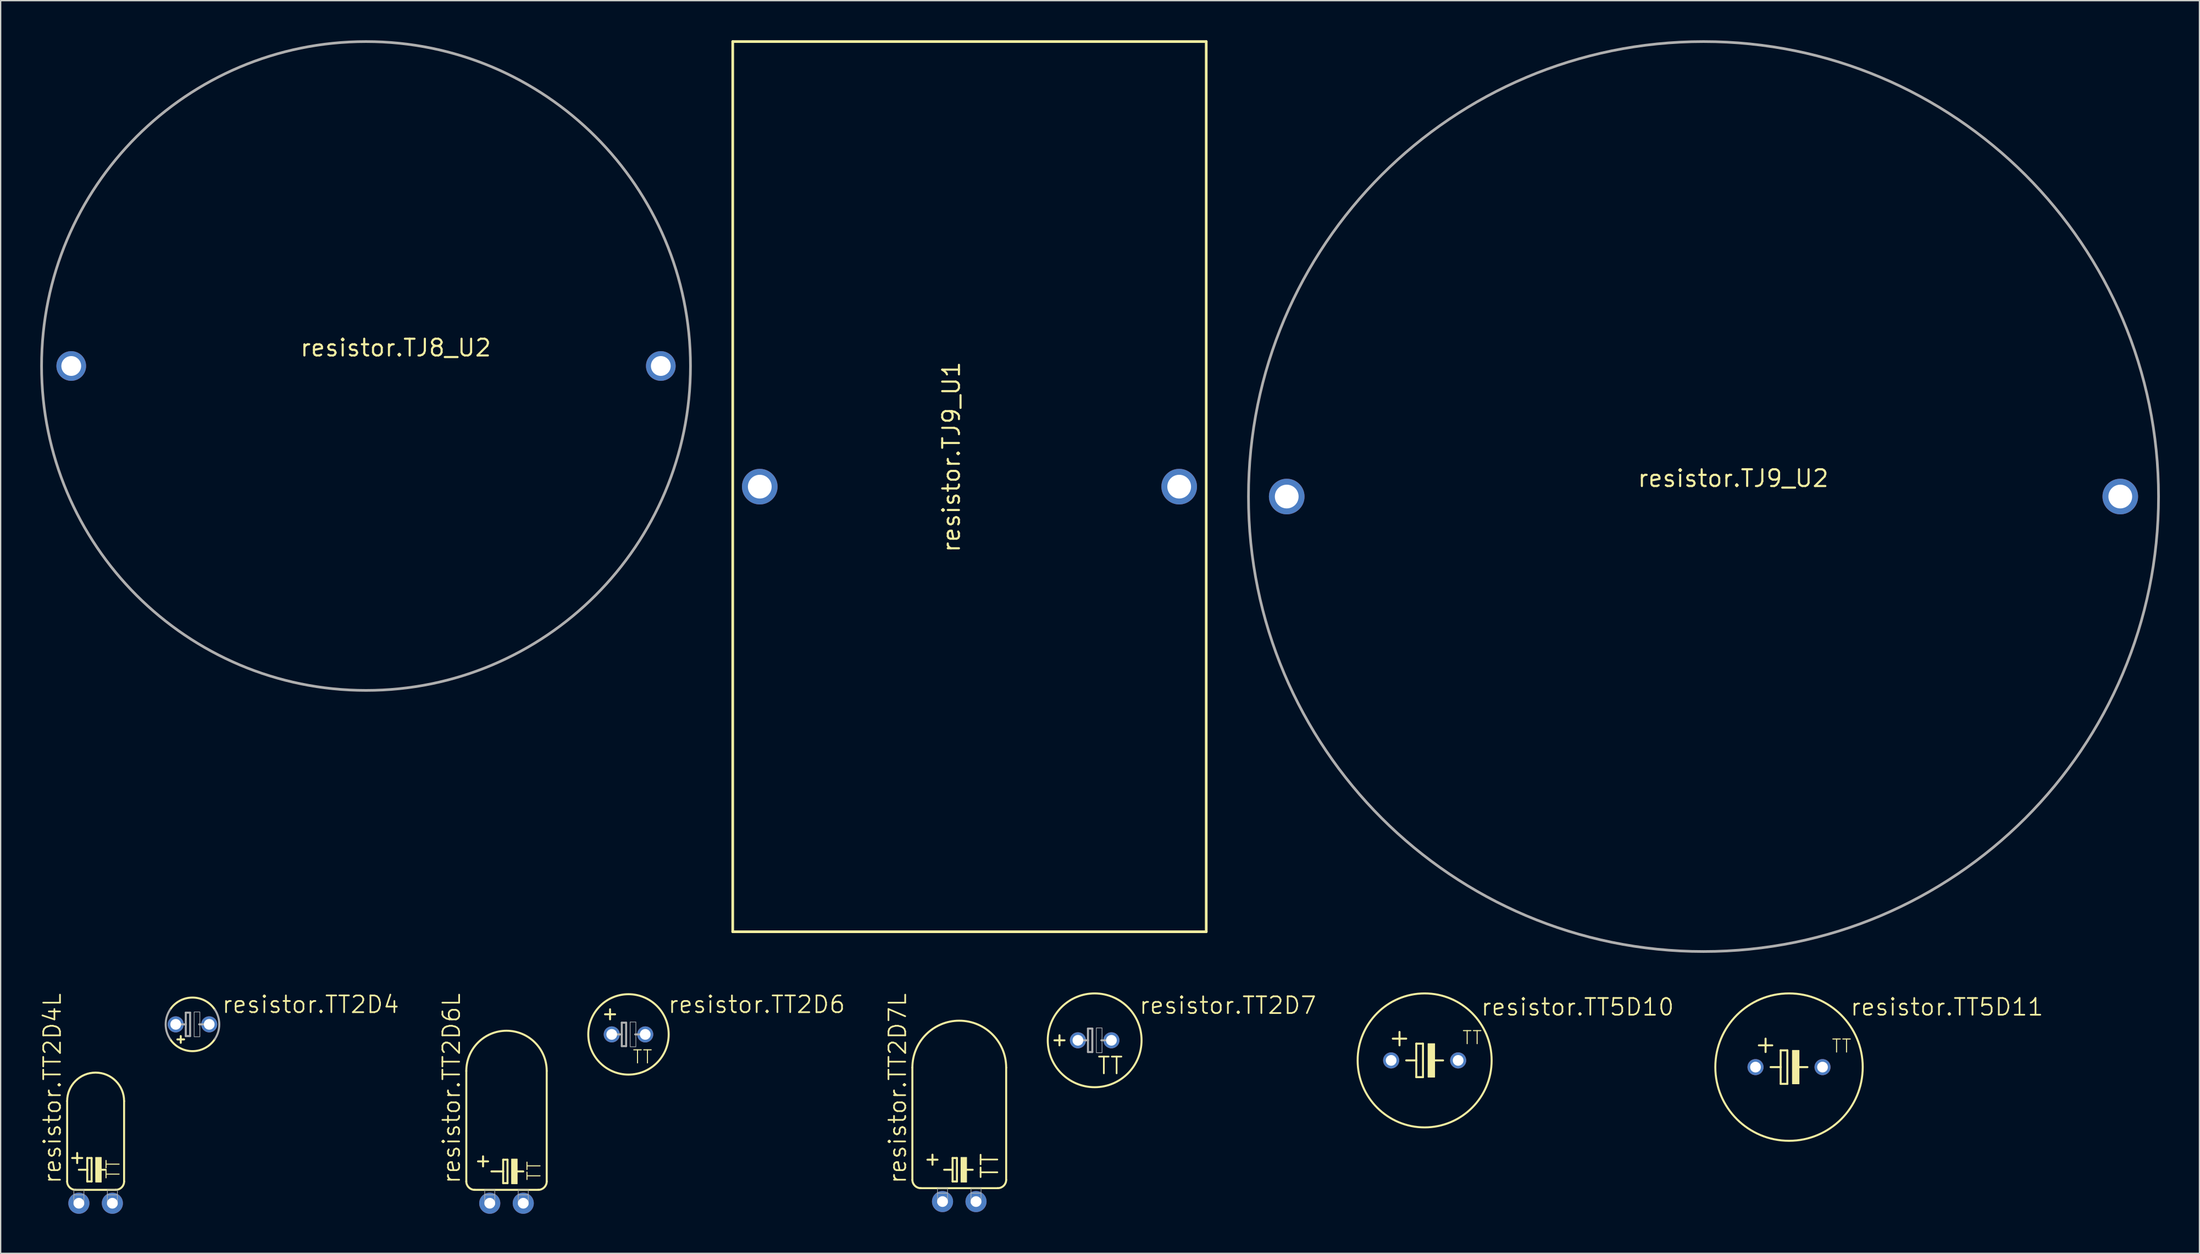
<source format=kicad_pcb>
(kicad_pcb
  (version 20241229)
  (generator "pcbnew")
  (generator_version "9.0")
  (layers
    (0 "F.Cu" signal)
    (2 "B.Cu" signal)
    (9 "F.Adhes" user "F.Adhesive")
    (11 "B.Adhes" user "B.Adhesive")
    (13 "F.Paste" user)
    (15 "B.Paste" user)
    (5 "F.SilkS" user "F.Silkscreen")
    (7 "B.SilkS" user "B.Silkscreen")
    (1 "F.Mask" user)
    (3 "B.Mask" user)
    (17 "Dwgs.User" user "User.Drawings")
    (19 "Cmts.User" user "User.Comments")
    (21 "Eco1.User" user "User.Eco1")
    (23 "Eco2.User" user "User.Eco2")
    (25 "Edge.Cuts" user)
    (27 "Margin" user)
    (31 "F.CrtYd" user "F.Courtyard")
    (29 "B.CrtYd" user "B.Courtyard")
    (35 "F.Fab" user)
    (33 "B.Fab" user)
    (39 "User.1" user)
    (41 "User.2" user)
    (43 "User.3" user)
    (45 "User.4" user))
  (footprint "resistor.TT5D10"
    (layer "F.Cu")
    (at 104.965 77.359)
    (property "Reference" "resistor.TT5D10" (at 4.191 -3.302 0) (layer "F.SilkS") (effects (font (size 1.27 1.27) (thickness 0.13)) (justify left bottom)))
    (attr through_hole)
    (fp_line (start -2.413 -1.651) (end -1.397 -1.651) (stroke (width 0.152) (type default)) (layer "F.SilkS"))
    (fp_line (start -1.905 -1.143) (end -1.905 -2.159) (stroke (width 0.152) (type default)) (layer "F.SilkS"))
    (fp_line (start -1.397 0) (end -0.635 0) (stroke (width 0.152) (type default)) (layer "F.SilkS"))
    (fp_line (start -0.635 -1.27) (end -0.635 0) (stroke (width 0.152) (type default)) (layer "F.SilkS"))
    (fp_line (start -0.635 0) (end -0.635 1.27) (stroke (width 0.152) (type default)) (layer "F.SilkS"))
    (fp_line (start -0.635 1.27) (end -0.127 1.27) (stroke (width 0.152) (type default)) (layer "F.SilkS"))
    (fp_line (start -0.127 -1.27) (end -0.635 -1.27) (stroke (width 0.152) (type default)) (layer "F.SilkS"))
    (fp_line (start -0.127 1.27) (end -0.127 -1.27) (stroke (width 0.152) (type default)) (layer "F.SilkS"))
    (fp_line (start 0.635 0) (end 1.397 0) (stroke (width 0.152) (type default)) (layer "F.SilkS"))
    (fp_rect (start 0.254 1.27) (end 0.762 -1.27) (stroke (width 0.05) (type default)) (fill yes) (layer "F.SilkS"))
    (fp_circle (center 0 0) (end 5.08 0) (stroke (width 0.152) (type default)) (fill no) (layer "F.SilkS"))
    (fp_text user "TT" (at 2.794 -1.143 0) (layer "F.SilkS") (effects (font (size 0.991 0.991) (thickness 0.08)) (justify left bottom)))
    (pad "+" thru_hole circle (at -2.54 0) (size 1.219 1.219) (drill 0.813) (layers "*.Cu" "*.Mask"))
    (pad "-" thru_hole circle (at 2.54 0) (size 1.219 1.219) (drill 0.813) (layers "*.Cu" "*.Mask")))
  (footprint "resistor.TJ8_U2"
    (layer "F.Cu")
    (at 24.702 24.702)
    (property "Reference" "resistor.TJ8_U2" (at -5.08 -0.635 0) (layer "F.SilkS") (effects (font (size 1.27 1.27) (thickness 0.16)) (justify left bottom)))
    (attr through_hole)
    (fp_circle (center 0 0) (end 24.6 0) (stroke (width 0.203) (type default)) (fill no) (layer "F.Fab"))
    (pad "1" thru_hole circle (at -22.35 0) (size 2.25 2.25) (drill 1.5) (layers "*.Cu" "*.Mask"))
    (pad "2" thru_hole circle (at 22.35 0) (size 2.25 2.25) (drill 1.5) (layers "*.Cu" "*.Mask")))
  (footprint "resistor.TT2D7L"
    (layer "F.Cu")
    (at 69.681 88.063)
    (property "Reference" "resistor.TT2D7L" (at -3.937 -1.27 90) (layer "F.SilkS") (effects (font (size 1.27 1.27) (thickness 0.13)) (justify left bottom)))
    (attr through_hole)
    (fp_line (start -3.556 -10.16) (end -3.556 -1.651) (stroke (width 0.152) (type default)) (layer "F.SilkS"))
    (fp_line (start -2.921 -1.016) (end 2.921 -1.016) (stroke (width 0.152) (type default)) (layer "F.SilkS"))
    (fp_line (start -2.413 -3.175) (end -1.651 -3.175) (stroke (width 0.152) (type default)) (layer "F.SilkS"))
    (fp_line (start -2.032 -2.794) (end -2.032 -3.556) (stroke (width 0.152) (type default)) (layer "F.SilkS"))
    (fp_line (start -1.143 -2.413) (end -0.508 -2.413) (stroke (width 0.152) (type default)) (layer "F.SilkS"))
    (fp_line (start -0.508 -3.302) (end -0.508 -2.413) (stroke (width 0.152) (type default)) (layer "F.SilkS"))
    (fp_line (start -0.508 -2.413) (end -0.508 -1.524) (stroke (width 0.152) (type default)) (layer "F.SilkS"))
    (fp_line (start -0.508 -1.524) (end -0.178 -1.524) (stroke (width 0.152) (type default)) (layer "F.SilkS"))
    (fp_line (start -0.178 -3.302) (end -0.508 -3.302) (stroke (width 0.152) (type default)) (layer "F.SilkS"))
    (fp_line (start -0.178 -1.524) (end -0.178 -3.302) (stroke (width 0.152) (type default)) (layer "F.SilkS"))
    (fp_line (start 0.508 -2.413) (end 1.016 -2.413) (stroke (width 0.152) (type default)) (layer "F.SilkS"))
    (fp_line (start 3.556 -10.16) (end 3.556 -1.651) (stroke (width 0.152) (type default)) (layer "F.SilkS"))
    (fp_rect (start 0.127 -1.473) (end 0.559 -3.353) (stroke (width 0.05) (type default)) (fill yes) (layer "F.SilkS"))
    (fp_arc (start -3.556 -10.16) (mid 0 -13.716) (end 3.556 -10.16) (stroke (width 0.1524) (type default)) (layer "F.SilkS"))
    (fp_arc (start -2.921 -1.016) (mid -3.370013 -1.201987) (end -3.556 -1.651) (stroke (width 0.1524) (type default)) (layer "F.SilkS"))
    (fp_arc (start 3.556 -1.651) (mid 3.370013 -1.201987) (end 2.921 -1.016) (stroke (width 0.1524) (type default)) (layer "F.SilkS"))
    (fp_rect (start -1.651 -0.635) (end -0.889 -1.016) (stroke (width 0.05) (type default)) (fill no) (layer "F.Fab"))
    (fp_rect (start -1.651 0.127) (end -0.889 -0.635) (stroke (width 0.05) (type default)) (fill no) (layer "F.Fab"))
    (fp_rect (start 0.889 -0.635) (end 1.651 -1.016) (stroke (width 0.05) (type default)) (fill no) (layer "F.Fab"))
    (fp_rect (start 0.889 0.127) (end 1.651 -0.635) (stroke (width 0.05) (type default)) (fill no) (layer "F.Fab"))
    (fp_text user "TT" (at 3.048 -1.651 90) (layer "F.SilkS") (effects (font (size 1.27 1.27) (thickness 0.13)) (justify left bottom)))
    (pad "+" thru_hole circle (at -1.27 0) (size 1.6 1.6) (drill 0.813) (layers "*.Cu" "*.Mask"))
    (pad "-" thru_hole circle (at 1.27 0) (size 1.6 1.6) (drill 0.813) (layers "*.Cu" "*.Mask")))
  (footprint "resistor.TT2D6L"
    (layer "F.Cu")
    (at 35.353 88.19)
    (property "Reference" "resistor.TT2D6L" (at -3.429 -1.397 90) (layer "F.SilkS") (effects (font (size 1.27 1.27) (thickness 0.13)) (justify left bottom)))
    (attr through_hole)
    (fp_line (start -3.048 -10.033) (end -3.048 -1.651) (stroke (width 0.152) (type default)) (layer "F.SilkS"))
    (fp_line (start -2.413 -1.016) (end 2.413 -1.016) (stroke (width 0.152) (type default)) (layer "F.SilkS"))
    (fp_line (start -2.159 -3.175) (end -1.397 -3.175) (stroke (width 0.152) (type default)) (layer "F.SilkS"))
    (fp_line (start -1.778 -2.794) (end -1.778 -3.556) (stroke (width 0.152) (type default)) (layer "F.SilkS"))
    (fp_line (start -1.143 -2.413) (end -0.254 -2.413) (stroke (width 0.152) (type default)) (layer "F.SilkS"))
    (fp_line (start -0.254 -3.302) (end -0.254 -2.413) (stroke (width 0.152) (type default)) (layer "F.SilkS"))
    (fp_line (start -0.254 -2.413) (end -0.254 -1.524) (stroke (width 0.152) (type default)) (layer "F.SilkS"))
    (fp_line (start -0.254 -1.524) (end 0.076 -1.524) (stroke (width 0.152) (type default)) (layer "F.SilkS"))
    (fp_line (start 0.076 -3.302) (end -0.254 -3.302) (stroke (width 0.152) (type default)) (layer "F.SilkS"))
    (fp_line (start 0.076 -1.524) (end 0.076 -3.302) (stroke (width 0.152) (type default)) (layer "F.SilkS"))
    (fp_line (start 0.762 -2.413) (end 1.27 -2.413) (stroke (width 0.152) (type default)) (layer "F.SilkS"))
    (fp_line (start 3.048 -10.033) (end 3.048 -1.651) (stroke (width 0.152) (type default)) (layer "F.SilkS"))
    (fp_rect (start 0.381 -1.473) (end 0.813 -3.353) (stroke (width 0.05) (type default)) (fill yes) (layer "F.SilkS"))
    (fp_arc (start -3.048 -10.033) (mid 0 -13.081) (end 3.048 -10.033) (stroke (width 0.1524) (type default)) (layer "F.SilkS"))
    (fp_arc (start -2.413 -1.016) (mid -2.862013 -1.201987) (end -3.048 -1.651) (stroke (width 0.1524) (type default)) (layer "F.SilkS"))
    (fp_arc (start 3.048 -1.651) (mid 2.862013 -1.201987) (end 2.413 -1.016) (stroke (width 0.1524) (type default)) (layer "F.SilkS"))
    (fp_rect (start -1.651 -0.635) (end -0.889 -1.016) (stroke (width 0.05) (type default)) (fill no) (layer "F.Fab"))
    (fp_rect (start -1.651 0.127) (end -0.889 -0.635) (stroke (width 0.05) (type default)) (fill no) (layer "F.Fab"))
    (fp_rect (start 0.889 -0.635) (end 1.651 -1.016) (stroke (width 0.05) (type default)) (fill no) (layer "F.Fab"))
    (fp_rect (start 0.889 0.127) (end 1.651 -0.635) (stroke (width 0.05) (type default)) (fill no) (layer "F.Fab"))
    (fp_text user "TT" (at 2.667 -1.651 90) (layer "F.SilkS") (effects (font (size 0.991 0.991) (thickness 0.08)) (justify left bottom)))
    (pad "+" thru_hole circle (at -1.27 0) (size 1.6 1.6) (drill 0.813) (layers "*.Cu" "*.Mask"))
    (pad "-" thru_hole circle (at 1.27 0) (size 1.6 1.6) (drill 0.813) (layers "*.Cu" "*.Mask")))
  (footprint "resistor.TT2D4"
    (layer "F.Cu")
    (at 11.543 74.625)
    (property "Reference" "resistor.TT2D4" (at 2.159 -0.762 0) (layer "F.SilkS") (effects (font (size 1.27 1.27) (thickness 0.13)) (justify left bottom)))
    (attr through_hole)
    (fp_line (start -0.889 1.397) (end -0.889 0.889) (stroke (width 0.152) (type default)) (layer "F.SilkS"))
    (fp_line (start -0.635 1.143) (end -1.143 1.143) (stroke (width 0.152) (type default)) (layer "F.SilkS"))
    (fp_arc (start -1.6985 -1.1153) (mid 0 -2.031944) (end 1.6985 -1.1153) (stroke (width 0.1524) (type default)) (layer "F.SilkS"))
    (fp_arc (start 1.6985 1.1153) (mid 0 2.031944) (end -1.6985 1.1153) (stroke (width 0.1524) (type default)) (layer "F.SilkS"))
    (fp_line (start -1.016 0) (end -0.508 0) (stroke (width 0.152) (type default)) (layer "F.Fab"))
    (fp_line (start -0.508 -0.889) (end -0.508 0) (stroke (width 0.152) (type default)) (layer "F.Fab"))
    (fp_line (start -0.508 0) (end -0.508 0.889) (stroke (width 0.152) (type default)) (layer "F.Fab"))
    (fp_line (start -0.508 0.889) (end -0.178 0.889) (stroke (width 0.152) (type default)) (layer "F.Fab"))
    (fp_line (start -0.178 -0.889) (end -0.508 -0.889) (stroke (width 0.152) (type default)) (layer "F.Fab"))
    (fp_line (start -0.178 0.889) (end -0.178 -0.889) (stroke (width 0.152) (type default)) (layer "F.Fab"))
    (fp_line (start 0.508 0) (end 1.016 0) (stroke (width 0.152) (type default)) (layer "F.Fab"))
    (fp_rect (start 0.127 0.94) (end 0.559 -0.94) (stroke (width 0.05) (type default)) (fill no) (layer "F.Fab"))
    (fp_arc (start -1.6985 1.1153) (mid -2.031944 0) (end -1.6985 -1.1153) (stroke (width 0.1524) (type default)) (layer "F.Fab"))
    (fp_arc (start 1.6985 -1.1153) (mid 2.031944 0) (end 1.6985 1.1153) (stroke (width 0.1524) (type default)) (layer "F.Fab"))
    (pad "+" thru_hole circle (at -1.27 0) (size 1.219 1.219) (drill 0.813) (layers "*.Cu" "*.Mask"))
    (pad "-" thru_hole circle (at 1.27 0) (size 1.219 1.219) (drill 0.813) (layers "*.Cu" "*.Mask")))
  (footprint "resistor.TJ9_U2"
    (layer "F.Cu")
    (at 126.108 34.602)
    (property "Reference" "resistor.TJ9_U2" (at -5.08 -0.635 0) (layer "F.SilkS") (effects (font (size 1.27 1.27) (thickness 0.16)) (justify left bottom)))
    (attr through_hole)
    (fp_circle (center 0 0) (end 34.5 0) (stroke (width 0.203) (type default)) (fill no) (layer "F.Fab"))
    (pad "1" thru_hole circle (at -31.6 0) (size 2.7 2.7) (drill 1.8) (layers "*.Cu" "*.Mask"))
    (pad "2" thru_hole circle (at 31.6 0) (size 2.7 2.7) (drill 1.8) (layers "*.Cu" "*.Mask")))
  (footprint "resistor.TT5D11"
    (layer "F.Cu")
    (at 132.592 77.867)
    (property "Reference" "resistor.TT5D11" (at 4.572 -3.81 0) (layer "F.SilkS") (effects (font (size 1.27 1.27) (thickness 0.13)) (justify left bottom)))
    (attr through_hole)
    (fp_line (start -1.778 -2.159) (end -1.778 -1.143) (stroke (width 0.152) (type default)) (layer "F.SilkS"))
    (fp_line (start -1.397 0) (end -0.635 0) (stroke (width 0.152) (type default)) (layer "F.SilkS"))
    (fp_line (start -1.27 -1.651) (end -2.286 -1.651) (stroke (width 0.152) (type default)) (layer "F.SilkS"))
    (fp_line (start -0.635 -1.27) (end -0.635 0) (stroke (width 0.152) (type default)) (layer "F.SilkS"))
    (fp_line (start -0.635 0) (end -0.635 1.27) (stroke (width 0.152) (type default)) (layer "F.SilkS"))
    (fp_line (start -0.635 1.27) (end -0.127 1.27) (stroke (width 0.152) (type default)) (layer "F.SilkS"))
    (fp_line (start -0.127 -1.27) (end -0.635 -1.27) (stroke (width 0.152) (type default)) (layer "F.SilkS"))
    (fp_line (start -0.127 1.27) (end -0.127 -1.27) (stroke (width 0.152) (type default)) (layer "F.SilkS"))
    (fp_line (start 0.635 0) (end 1.397 0) (stroke (width 0.152) (type default)) (layer "F.SilkS"))
    (fp_rect (start 0.254 1.27) (end 0.762 -1.27) (stroke (width 0.05) (type default)) (fill yes) (layer "F.SilkS"))
    (fp_circle (center 0 0) (end 5.588 0) (stroke (width 0.152) (type default)) (fill no) (layer "F.SilkS"))
    (fp_text user "TT" (at 3.175 -1.016 0) (layer "F.SilkS") (effects (font (size 0.991 0.991) (thickness 0.08)) (justify left bottom)))
    (pad "+" thru_hole circle (at -2.54 0) (size 1.219 1.219) (drill 0.813) (layers "*.Cu" "*.Mask"))
    (pad "-" thru_hole circle (at 2.54 0) (size 1.219 1.219) (drill 0.813) (layers "*.Cu" "*.Mask")))
  (footprint "resistor.TT2D6"
    (layer "F.Cu")
    (at 44.601 75.387)
    (property "Reference" "resistor.TT2D6" (at 2.921 -1.524 0) (layer "F.SilkS") (effects (font (size 1.27 1.27) (thickness 0.13)) (justify left bottom)))
    (attr through_hole)
    (fp_line (start -1.778 -1.524) (end -1.016 -1.524) (stroke (width 0.152) (type default)) (layer "F.SilkS"))
    (fp_line (start -1.397 -1.143) (end -1.397 -1.905) (stroke (width 0.152) (type default)) (layer "F.SilkS"))
    (fp_circle (center 0 0) (end 3.048 0) (stroke (width 0.152) (type default)) (fill no) (layer "F.SilkS"))
    (fp_line (start -1.016 0) (end -0.508 0) (stroke (width 0.152) (type default)) (layer "F.Fab"))
    (fp_line (start -0.508 -0.889) (end -0.508 0) (stroke (width 0.152) (type default)) (layer "F.Fab"))
    (fp_line (start -0.508 0) (end -0.508 0.889) (stroke (width 0.152) (type default)) (layer "F.Fab"))
    (fp_line (start -0.508 0.889) (end -0.178 0.889) (stroke (width 0.152) (type default)) (layer "F.Fab"))
    (fp_line (start -0.178 -0.889) (end -0.508 -0.889) (stroke (width 0.152) (type default)) (layer "F.Fab"))
    (fp_line (start -0.178 0.889) (end -0.178 -0.889) (stroke (width 0.152) (type default)) (layer "F.Fab"))
    (fp_line (start 0.508 0) (end 1.016 0) (stroke (width 0.152) (type default)) (layer "F.Fab"))
    (fp_rect (start 0.127 0.94) (end 0.559 -0.94) (stroke (width 0.05) (type default)) (fill no) (layer "F.Fab"))
    (fp_text user "TT" (at 0.254 2.286 0) (layer "F.SilkS") (effects (font (size 0.991 0.991) (thickness 0.08)) (justify left bottom)))
    (pad "+" thru_hole circle (at -1.27 0) (size 1.219 1.219) (drill 0.813) (layers "*.Cu" "*.Mask"))
    (pad "-" thru_hole circle (at 1.27 0) (size 1.219 1.219) (drill 0.813) (layers "*.Cu" "*.Mask")))
  (footprint "resistor.TJ9_U1"
    (layer "F.Cu")
    (at 70.455 33.852)
    (property "Reference" "resistor.TJ9_U1" (at -0.635 5.08 90) (layer "F.SilkS") (effects (font (size 1.27 1.27) (thickness 0.16)) (justify left bottom)))
    (attr through_hole)
    (fp_line (start -17.95 -33.75) (end 17.95 -33.75) (stroke (width 0.203) (type default)) (layer "F.SilkS"))
    (fp_line (start -17.95 33.75) (end -17.95 -33.75) (stroke (width 0.203) (type default)) (layer "F.SilkS"))
    (fp_line (start 17.95 -33.75) (end 17.95 33.75) (stroke (width 0.203) (type default)) (layer "F.SilkS"))
    (fp_line (start 17.95 33.75) (end -17.95 33.75) (stroke (width 0.203) (type default)) (layer "F.SilkS"))
    (pad "1" thru_hole circle (at -15.9 0) (size 2.7 2.7) (drill 1.8) (layers "*.Cu" "*.Mask"))
    (pad "2" thru_hole circle (at 15.9 0) (size 2.7 2.7) (drill 1.8) (layers "*.Cu" "*.Mask")))
  (footprint "resistor.TT2D7"
    (layer "F.Cu")
    (at 79.946 75.835)
    (property "Reference" "resistor.TT2D7" (at 3.302 -1.905 0) (layer "F.SilkS") (effects (font (size 1.27 1.27) (thickness 0.13)) (justify left bottom)))
    (attr through_hole)
    (fp_line (start -2.667 0.381) (end -2.667 -0.381) (stroke (width 0.152) (type default)) (layer "F.SilkS"))
    (fp_line (start -2.286 0) (end -3.048 0) (stroke (width 0.152) (type default)) (layer "F.SilkS"))
    (fp_circle (center 0 0) (end 3.556 0) (stroke (width 0.152) (type default)) (fill no) (layer "F.SilkS"))
    (fp_line (start -1.016 0) (end -0.508 0) (stroke (width 0.152) (type default)) (layer "F.Fab"))
    (fp_line (start -0.508 -0.889) (end -0.508 0) (stroke (width 0.152) (type default)) (layer "F.Fab"))
    (fp_line (start -0.508 0) (end -0.508 0.889) (stroke (width 0.152) (type default)) (layer "F.Fab"))
    (fp_line (start -0.508 0.889) (end -0.178 0.889) (stroke (width 0.152) (type default)) (layer "F.Fab"))
    (fp_line (start -0.178 -0.889) (end -0.508 -0.889) (stroke (width 0.152) (type default)) (layer "F.Fab"))
    (fp_line (start -0.178 0.889) (end -0.178 -0.889) (stroke (width 0.152) (type default)) (layer "F.Fab"))
    (fp_line (start 0.508 0) (end 1.016 0) (stroke (width 0.152) (type default)) (layer "F.Fab"))
    (fp_rect (start 0.127 0.94) (end 0.559 -0.94) (stroke (width 0.05) (type default)) (fill no) (layer "F.Fab"))
    (fp_text user "TT" (at 0.127 2.667 0) (layer "F.SilkS") (effects (font (size 1.27 1.27) (thickness 0.13)) (justify left bottom)))
    (pad "+" thru_hole circle (at -1.27 0) (size 1.219 1.219) (drill 0.813) (layers "*.Cu" "*.Mask"))
    (pad "-" thru_hole circle (at 1.27 0) (size 1.219 1.219) (drill 0.813) (layers "*.Cu" "*.Mask")))
  (footprint "resistor.TT2D4L"
    (layer "F.Cu")
    (at 4.2 88.19)
    (property "Reference" "resistor.TT2D4L" (at -2.54 -1.397 90) (layer "F.SilkS") (effects (font (size 1.27 1.27) (thickness 0.13)) (justify left bottom)))
    (attr through_hole)
    (fp_line (start -2.159 -7.747) (end -2.159 -1.651) (stroke (width 0.152) (type default)) (layer "F.SilkS"))
    (fp_line (start -1.778 -3.429) (end -1.016 -3.429) (stroke (width 0.152) (type default)) (layer "F.SilkS"))
    (fp_line (start -1.524 -1.016) (end 1.524 -1.016) (stroke (width 0.152) (type default)) (layer "F.SilkS"))
    (fp_line (start -1.397 -3.81) (end -1.397 -3.048) (stroke (width 0.152) (type default)) (layer "F.SilkS"))
    (fp_line (start -1.27 -2.54) (end -0.635 -2.54) (stroke (width 0.152) (type default)) (layer "F.SilkS"))
    (fp_line (start -0.635 -3.429) (end -0.635 -2.54) (stroke (width 0.152) (type default)) (layer "F.SilkS"))
    (fp_line (start -0.635 -2.54) (end -0.635 -1.651) (stroke (width 0.152) (type default)) (layer "F.SilkS"))
    (fp_line (start -0.635 -1.651) (end -0.305 -1.651) (stroke (width 0.152) (type default)) (layer "F.SilkS"))
    (fp_line (start -0.305 -3.429) (end -0.635 -3.429) (stroke (width 0.152) (type default)) (layer "F.SilkS"))
    (fp_line (start -0.305 -1.651) (end -0.305 -3.429) (stroke (width 0.152) (type default)) (layer "F.SilkS"))
    (fp_line (start 0.254 -2.54) (end 0.762 -2.54) (stroke (width 0.152) (type default)) (layer "F.SilkS"))
    (fp_line (start 2.159 -7.747) (end 2.159 -1.651) (stroke (width 0.152) (type default)) (layer "F.SilkS"))
    (fp_rect (start 0 -1.6) (end 0.432 -3.48) (stroke (width 0.05) (type default)) (fill yes) (layer "F.SilkS"))
    (fp_arc (start -2.159 -7.747) (mid 0 -9.906) (end 2.159 -7.747) (stroke (width 0.1524) (type default)) (layer "F.SilkS"))
    (fp_arc (start -1.524 -1.016) (mid -1.973013 -1.201987) (end -2.159 -1.651) (stroke (width 0.1524) (type default)) (layer "F.SilkS"))
    (fp_arc (start 2.159 -1.651) (mid 1.973013 -1.201987) (end 1.524 -1.016) (stroke (width 0.1524) (type default)) (layer "F.SilkS"))
    (fp_rect (start -1.651 -0.635) (end -0.889 -1.016) (stroke (width 0.05) (type default)) (fill no) (layer "F.Fab"))
    (fp_rect (start -1.651 0.127) (end -0.889 -0.635) (stroke (width 0.05) (type default)) (fill no) (layer "F.Fab"))
    (fp_rect (start 0.889 -0.635) (end 1.651 -1.016) (stroke (width 0.05) (type default)) (fill no) (layer "F.Fab"))
    (fp_rect (start 0.889 0.127) (end 1.651 -0.635) (stroke (width 0.05) (type default)) (fill no) (layer "F.Fab"))
    (fp_text user "TT" (at 1.905 -1.778 90) (layer "F.SilkS") (effects (font (size 0.991 0.991) (thickness 0.08)) (justify left bottom)))
    (pad "+" thru_hole circle (at -1.27 0) (size 1.6 1.6) (drill 0.813) (layers "*.Cu" "*.Mask"))
    (pad "-" thru_hole circle (at 1.27 0) (size 1.6 1.6) (drill 0.813) (layers "*.Cu" "*.Mask")))
  (gr_rect
    (start -3 -3)
    (end 163.71 91.99)
    (stroke (width 0.1) (type default))
    (fill no)
    (layer "Edge.Cuts")))
</source>
